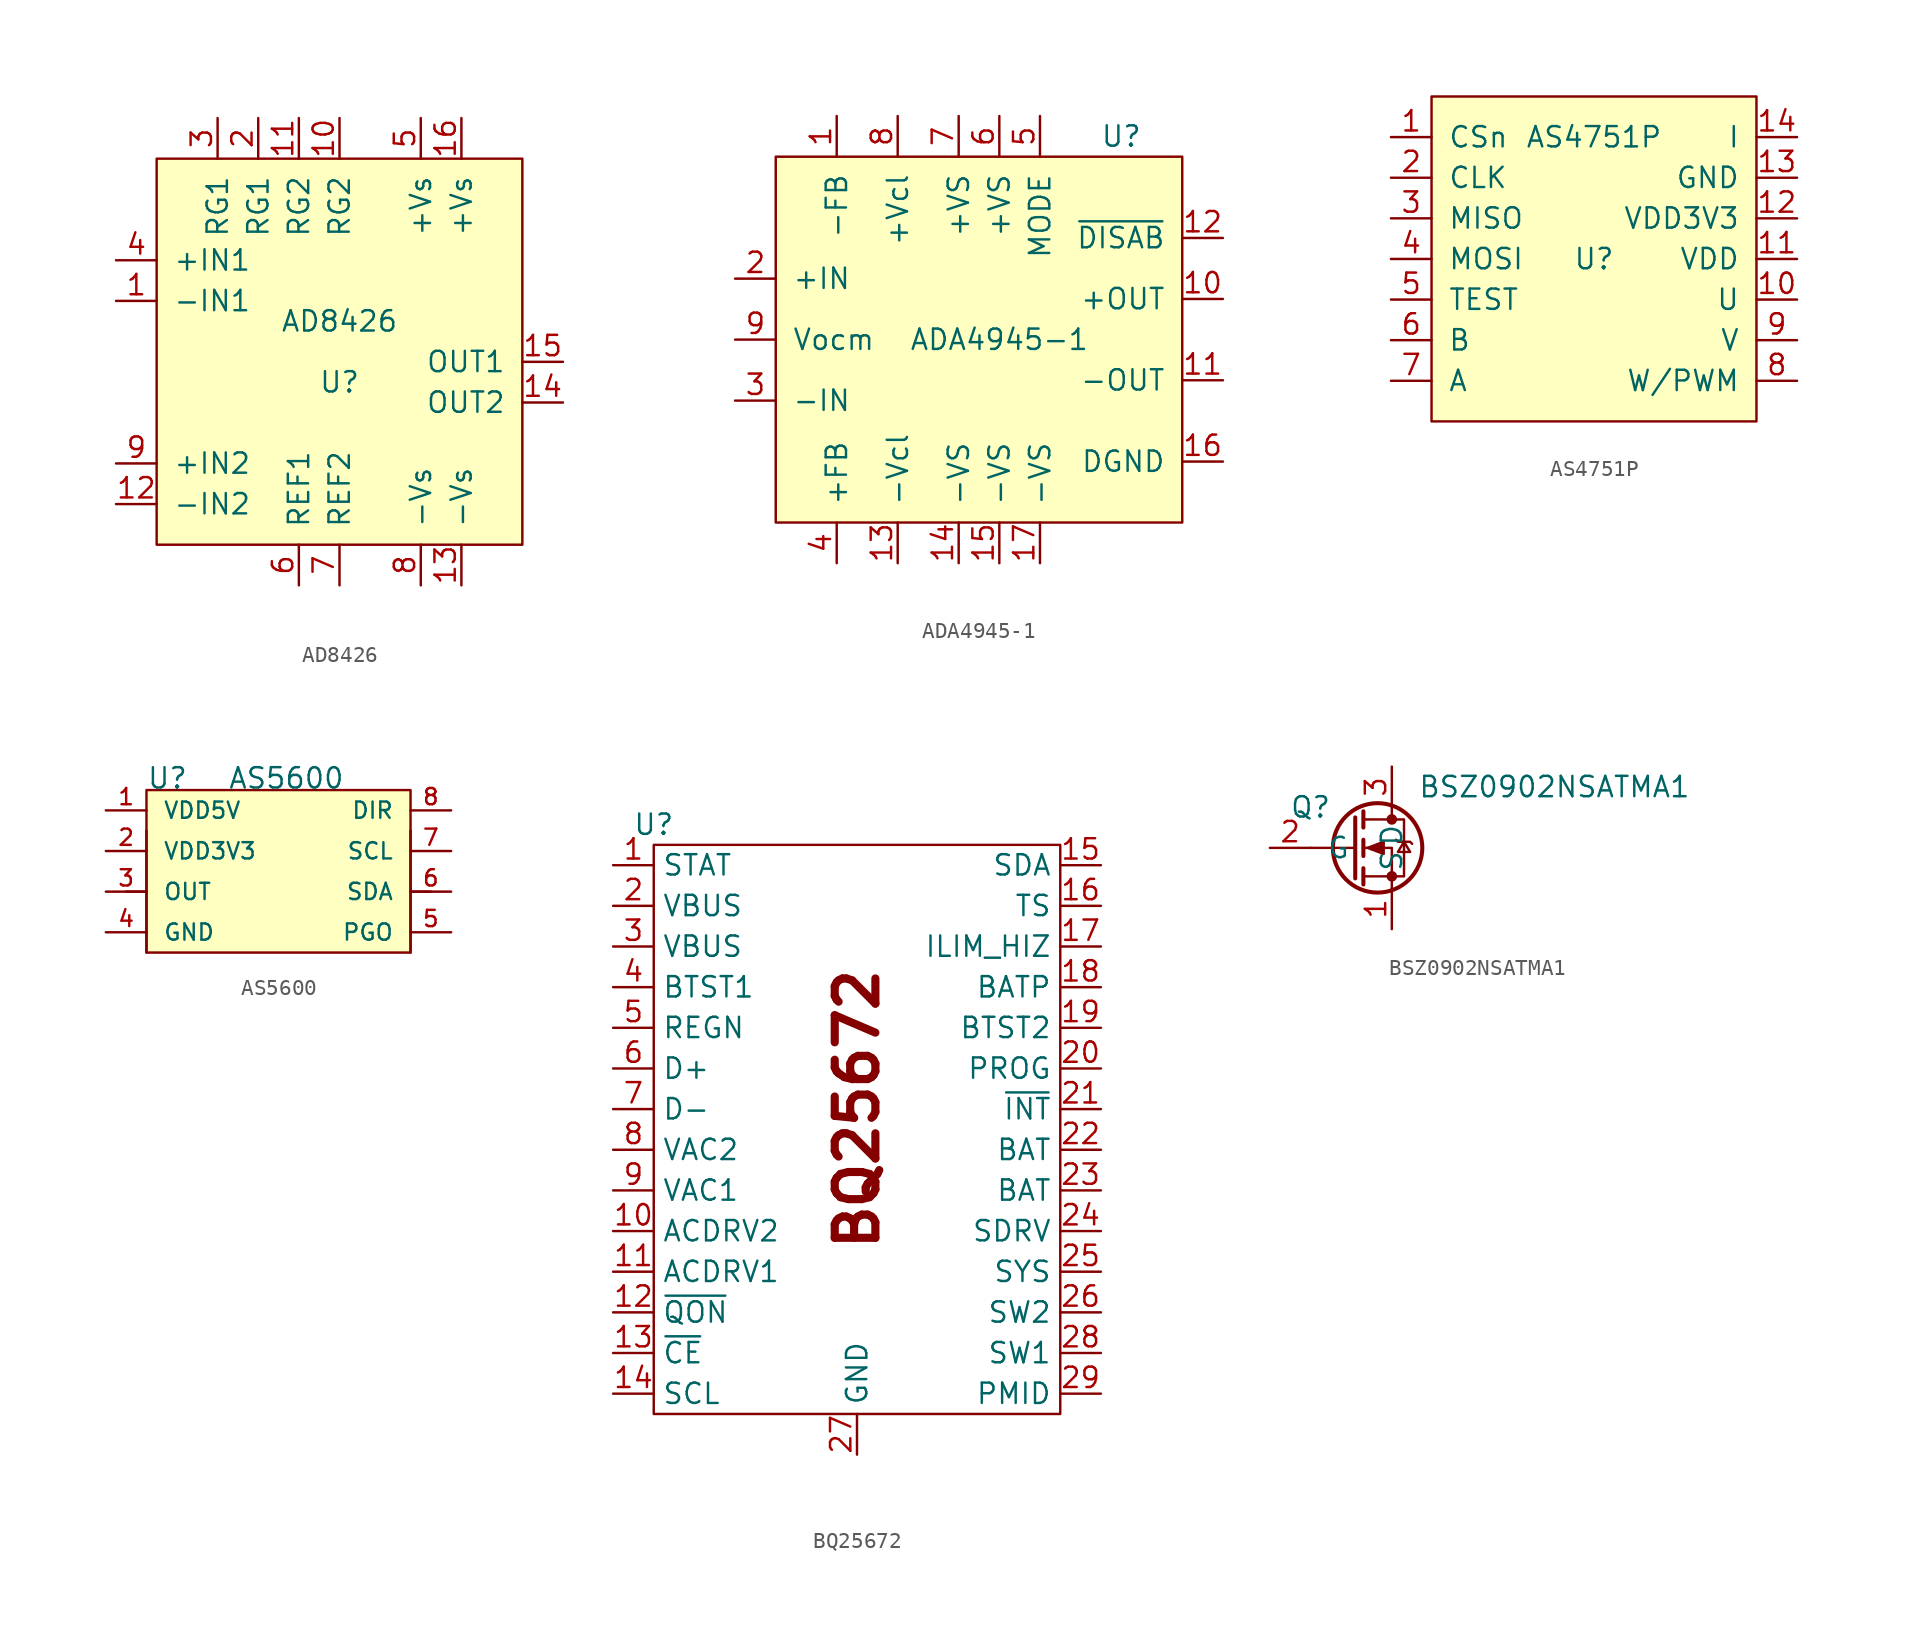
<source format=kicad_sym>
(kicad_symbol_lib
  (version 20220914)
  (generator kicad_symbol_editor)
  (symbol "AD8426"
    (pin_names
      (offset 1.016))
    (property "Reference" "U"
      (at 0 0 0)
      (effects (font (size 1.27 1.27))))
    (property "Value" "AD8426"
      (at 0 3.81 0)
      (effects (font (size 1.27 1.27))))
    (symbol "AD8426_0_1"
      (rectangle (start 11.43 13.97) (end -11.43 -10.16) (stroke (width 0) (type default)) (fill (type background))))
    (symbol "AD8426_1_1"
      (pin input line (at -13.97 5.08 0) (length 2.54) (name "-IN1" (effects (font (size 1.27 1.27)))) (number "1" (effects (font (size 1.27 1.27)))))
      (pin input line (at 0 16.51 270) (length 2.54) (name "RG2" (effects (font (size 1.27 1.27)))) (number "10" (effects (font (size 1.27 1.27)))))
      (pin input line (at -2.54 16.51 270) (length 2.54) (name "RG2" (effects (font (size 1.27 1.27)))) (number "11" (effects (font (size 1.27 1.27)))))
      (pin input line (at -13.97 -7.62 0) (length 2.54) (name "-IN2" (effects (font (size 1.27 1.27)))) (number "12" (effects (font (size 1.27 1.27)))))
      (pin input line (at 7.62 -12.7 90) (length 2.54) (name "-Vs" (effects (font (size 1.27 1.27)))) (number "13" (effects (font (size 1.27 1.27)))))
      (pin input line (at 13.97 -1.27 180) (length 2.54) (name "OUT2" (effects (font (size 1.27 1.27)))) (number "14" (effects (font (size 1.27 1.27)))))
      (pin input line (at 13.97 1.27 180) (length 2.54) (name "OUT1" (effects (font (size 1.27 1.27)))) (number "15" (effects (font (size 1.27 1.27)))))
      (pin input line (at 7.62 16.51 270) (length 2.54) (name "+Vs" (effects (font (size 1.27 1.27)))) (number "16" (effects (font (size 1.27 1.27)))))
      (pin input line (at -5.08 16.51 270) (length 2.54) (name "RG1" (effects (font (size 1.27 1.27)))) (number "2" (effects (font (size 1.27 1.27)))))
      (pin input line (at -7.62 16.51 270) (length 2.54) (name "RG1" (effects (font (size 1.27 1.27)))) (number "3" (effects (font (size 1.27 1.27)))))
      (pin input line (at -13.97 7.62 0) (length 2.54) (name "+IN1" (effects (font (size 1.27 1.27)))) (number "4" (effects (font (size 1.27 1.27)))))
      (pin input line (at 5.08 16.51 270) (length 2.54) (name "+Vs" (effects (font (size 1.27 1.27)))) (number "5" (effects (font (size 1.27 1.27)))))
      (pin input line (at -2.54 -12.7 90) (length 2.54) (name "REF1" (effects (font (size 1.27 1.27)))) (number "6" (effects (font (size 1.27 1.27)))))
      (pin input line (at 0 -12.7 90) (length 2.54) (name "REF2" (effects (font (size 1.27 1.27)))) (number "7" (effects (font (size 1.27 1.27)))))
      (pin input line (at 5.08 -12.7 90) (length 2.54) (name "-Vs" (effects (font (size 1.27 1.27)))) (number "8" (effects (font (size 1.27 1.27)))))
      (pin input line (at -13.97 -5.08 0) (length 2.54) (name "+IN2" (effects (font (size 1.27 1.27)))) (number "9" (effects (font (size 1.27 1.27)))))))
  (symbol "ADA4945-1"
    (pin_names
      (offset 1.016))
    (property "Reference" "U"
      (at 8.89 12.7 0)
      (effects (font (size 1.27 1.27))))
    (property "Value" "ADA4945-1"
      (at 1.27 0 0)
      (effects (font (size 1.27 1.27))))
    (symbol "ADA4945-1_0_1"
      (rectangle (start 12.7 11.43) (end -12.7 -11.43) (stroke (width 0) (type default)) (fill (type background))))
    (symbol "ADA4945-1_1_1"
      (pin input line (at -8.89 13.97 270) (length 2.54) (name "-FB" (effects (font (size 1.27 1.27)))) (number "1" (effects (font (size 1.27 1.27)))))
      (pin input line (at 15.24 2.54 180) (length 2.54) (name "+OUT" (effects (font (size 1.27 1.27)))) (number "10" (effects (font (size 1.27 1.27)))))
      (pin input line (at 15.24 -2.54 180) (length 2.54) (name "-OUT" (effects (font (size 1.27 1.27)))) (number "11" (effects (font (size 1.27 1.27)))))
      (pin input line (at 15.24 6.35 180) (length 2.54) (name "~{DISAB}" (effects (font (size 1.27 1.27)))) (number "12" (effects (font (size 1.27 1.27)))))
      (pin input line (at -5.08 -13.97 90) (length 2.54) (name "-Vcl" (effects (font (size 1.27 1.27)))) (number "13" (effects (font (size 1.27 1.27)))))
      (pin input line (at -1.27 -13.97 90) (length 2.54) (name "-VS" (effects (font (size 1.27 1.27)))) (number "14" (effects (font (size 1.27 1.27)))))
      (pin input line (at 1.27 -13.97 90) (length 2.54) (name "-VS" (effects (font (size 1.27 1.27)))) (number "15" (effects (font (size 1.27 1.27)))))
      (pin input line (at 15.24 -7.62 180) (length 2.54) (name "DGND" (effects (font (size 1.27 1.27)))) (number "16" (effects (font (size 1.27 1.27)))))
      (pin input line (at 3.81 -13.97 90) (length 2.54) (name "-VS" (effects (font (size 1.27 1.27)))) (number "17" (effects (font (size 1.27 1.27)))))
      (pin input line (at -15.24 3.81 0) (length 2.54) (name "+IN" (effects (font (size 1.27 1.27)))) (number "2" (effects (font (size 1.27 1.27)))))
      (pin input line (at -15.24 -3.81 0) (length 2.54) (name "-IN" (effects (font (size 1.27 1.27)))) (number "3" (effects (font (size 1.27 1.27)))))
      (pin input line (at -8.89 -13.97 90) (length 2.54) (name "+FB" (effects (font (size 1.27 1.27)))) (number "4" (effects (font (size 1.27 1.27)))))
      (pin input line (at 3.81 13.97 270) (length 2.54) (name "MODE" (effects (font (size 1.27 1.27)))) (number "5" (effects (font (size 1.27 1.27)))))
      (pin input line (at 1.27 13.97 270) (length 2.54) (name "+VS" (effects (font (size 1.27 1.27)))) (number "6" (effects (font (size 1.27 1.27)))))
      (pin input line (at -1.27 13.97 270) (length 2.54) (name "+VS" (effects (font (size 1.27 1.27)))) (number "7" (effects (font (size 1.27 1.27)))))
      (pin input line (at -5.08 13.97 270) (length 2.54) (name "+Vcl" (effects (font (size 1.27 1.27)))) (number "8" (effects (font (size 1.27 1.27)))))
      (pin input line (at -15.24 0 0) (length 2.54) (name "Vocm" (effects (font (size 1.27 1.27)))) (number "9" (effects (font (size 1.27 1.27)))))))
  (symbol "AS4751P"
    (pin_names
      (offset 1.016))
    (property "Reference" "U"
      (at 0 0 0)
      (effects (font (size 1.27 1.27))))
    (property "Value" "AS4751P"
      (at 0 7.62 0)
      (effects (font (size 1.27 1.27))))
    (symbol "AS4751P_0_1"
      (rectangle (start 10.16 10.16) (end -10.16 -10.16) (stroke (width 0) (type default)) (fill (type background))))
    (symbol "AS4751P_1_1"
      (pin input line (at -12.7 7.62 0) (length 2.54) (name "CSn" (effects (font (size 1.27 1.27)))) (number "1" (effects (font (size 1.27 1.27)))))
      (pin output line (at 12.7 -2.54 180) (length 2.54) (name "U" (effects (font (size 1.27 1.27)))) (number "10" (effects (font (size 1.27 1.27)))))
      (pin power_in line (at 12.7 0 180) (length 2.54) (name "VDD" (effects (font (size 1.27 1.27)))) (number "11" (effects (font (size 1.27 1.27)))))
      (pin power_in line (at 12.7 2.54 180) (length 2.54) (name "VDD3V3" (effects (font (size 1.27 1.27)))) (number "12" (effects (font (size 1.27 1.27)))))
      (pin power_in line (at 12.7 5.08 180) (length 2.54) (name "GND" (effects (font (size 1.27 1.27)))) (number "13" (effects (font (size 1.27 1.27)))))
      (pin output line (at 12.7 7.62 180) (length 2.54) (name "I" (effects (font (size 1.27 1.27)))) (number "14" (effects (font (size 1.27 1.27)))))
      (pin input line (at -12.7 5.08 0) (length 2.54) (name "CLK" (effects (font (size 1.27 1.27)))) (number "2" (effects (font (size 1.27 1.27)))))
      (pin input line (at -12.7 2.54 0) (length 2.54) (name "MISO" (effects (font (size 1.27 1.27)))) (number "3" (effects (font (size 1.27 1.27)))))
      (pin input line (at -12.7 0 0) (length 2.54) (name "MOSI" (effects (font (size 1.27 1.27)))) (number "4" (effects (font (size 1.27 1.27)))))
      (pin input line (at -12.7 -2.54 0) (length 2.54) (name "TEST" (effects (font (size 1.27 1.27)))) (number "5" (effects (font (size 1.27 1.27)))))
      (pin output line (at -12.7 -5.08 0) (length 2.54) (name "B" (effects (font (size 1.27 1.27)))) (number "6" (effects (font (size 1.27 1.27)))))
      (pin output line (at -12.7 -7.62 0) (length 2.54) (name "A" (effects (font (size 1.27 1.27)))) (number "7" (effects (font (size 1.27 1.27)))))
      (pin output line (at 12.7 -7.62 180) (length 2.54) (name "W/PWM" (effects (font (size 1.27 1.27)))) (number "8" (effects (font (size 1.27 1.27)))))
      (pin output line (at 12.7 -5.08 180) (length 2.54) (name "V" (effects (font (size 1.27 1.27)))) (number "9" (effects (font (size 1.27 1.27)))))))
  (symbol "AS5600"
    (pin_names
      (offset 1.016))
    (property "Reference" "U"
      (at -7.62 5.08 0)
      (effects (font (size 1.27 1.27)) (justify left bottom)))
    (property "Value" "AS5600"
      (at -2.54 5.08 0)
      (effects (font (size 1.27 1.27)) (justify left bottom)))
    (symbol "AS5600_0_0"
      (polyline (pts (xy -7.62 -5.08) (xy -7.62 -1.27)) (stroke (width 0.152) (type default)) (fill (type none)))
      (polyline (pts (xy -7.62 -1.27) (xy -8.89 -1.27)) (stroke (width 0.152) (type default)) (fill (type none)))
      (polyline (pts (xy -7.62 -1.27) (xy -7.62 2.54)) (stroke (width 0.152) (type default)) (fill (type none)))
      (polyline (pts (xy 8.89 -1.27) (xy 8.89 -5.08)) (stroke (width 0.152) (type default)) (fill (type none)))
      (polyline (pts (xy 8.89 2.54) (xy 8.89 -1.27)) (stroke (width 0.152) (type default)) (fill (type none)))
      (polyline (pts (xy 10.16 -1.27) (xy 8.89 -1.27)) (stroke (width 0.152) (type default)) (fill (type none)))
      (pin bidirectional line (at -10.16 3.81 0) (length 2.54) (name "VDD5V" (effects (font (size 1.016 1.016)))) (number "1" (effects (font (size 1.016 1.016)))))
      (pin bidirectional line (at -10.16 1.27 0) (length 2.54) (name "VDD3V3" (effects (font (size 1.016 1.016)))) (number "2" (effects (font (size 1.016 1.016)))))
      (pin bidirectional line (at -10.16 -1.27 0) (length 2.54) (name "OUT" (effects (font (size 1.016 1.016)))) (number "3" (effects (font (size 1.016 1.016)))))
      (pin bidirectional line (at -10.16 -3.81 0) (length 2.54) (name "GND" (effects (font (size 1.016 1.016)))) (number "4" (effects (font (size 1.016 1.016)))))
      (pin bidirectional line (at 11.43 -3.81 180) (length 2.54) (name "PGO" (effects (font (size 1.016 1.016)))) (number "5" (effects (font (size 1.016 1.016)))))
      (pin bidirectional line (at 11.43 -1.27 180) (length 2.54) (name "SDA" (effects (font (size 1.016 1.016)))) (number "6" (effects (font (size 1.016 1.016)))))
      (pin bidirectional line (at 11.43 1.27 180) (length 2.54) (name "SCL" (effects (font (size 1.016 1.016)))) (number "7" (effects (font (size 1.016 1.016)))))
      (pin bidirectional line (at 11.43 3.81 180) (length 2.54) (name "DIR" (effects (font (size 1.016 1.016)))) (number "8" (effects (font (size 1.016 1.016))))))
    (symbol "AS5600_1_0"
      (rectangle (start -7.62 5.08) (end 8.89 -5.08) (stroke (width 0) (type default)) (fill (type background)))))
  (symbol "BQ25672"
    (property "Reference" "U"
      (at 0 0 0)
      (effects (font (size 1.27 1.27))))
    (property "Value" ""
      (at 0 0 0)
      (effects (font (size 1.27 1.27))))
    (symbol "BQ25672_0_1"
      (rectangle (start 0 -1.27) (end 25.4 -36.83) (stroke (width 0) (type default)) (fill (type none))))
    (symbol "BQ25672_1_1"
      (text "BQ25672" (at 12.7 -17.78 900) (effects (font (size 2.54 2.54) bold)))
      (pin output line (at -2.54 -2.54 0) (length 2.54) (name "STAT" (effects (font (size 1.27 1.27)))) (number "1" (effects (font (size 1.27 1.27)))))
      (pin power_in line (at -2.54 -25.4 0) (length 2.54) (name "ACDRV2" (effects (font (size 1.27 1.27)))) (number "10" (effects (font (size 1.27 1.27)))))
      (pin power_in line (at -2.54 -27.94 0) (length 2.54) (name "ACDRV1" (effects (font (size 1.27 1.27)))) (number "11" (effects (font (size 1.27 1.27)))))
      (pin input line (at -2.54 -30.48 0) (length 2.54) (name "~{QON}" (effects (font (size 1.27 1.27)))) (number "12" (effects (font (size 1.27 1.27)))))
      (pin input line (at -2.54 -33.02 0) (length 2.54) (name "~{CE}" (effects (font (size 1.27 1.27)))) (number "13" (effects (font (size 1.27 1.27)))))
      (pin input line (at -2.54 -35.56 0) (length 2.54) (name "SCL" (effects (font (size 1.27 1.27)))) (number "14" (effects (font (size 1.27 1.27)))))
      (pin bidirectional line (at 27.94 -2.54 180) (length 2.54) (name "SDA" (effects (font (size 1.27 1.27)))) (number "15" (effects (font (size 1.27 1.27)))))
      (pin input line (at 27.94 -5.08 180) (length 2.54) (name "TS" (effects (font (size 1.27 1.27)))) (number "16" (effects (font (size 1.27 1.27)))))
      (pin input line (at 27.94 -7.62 180) (length 2.54) (name "ILIM_HIZ" (effects (font (size 1.27 1.27)))) (number "17" (effects (font (size 1.27 1.27)))))
      (pin power_in line (at 27.94 -10.16 180) (length 2.54) (name "BATP" (effects (font (size 1.27 1.27)))) (number "18" (effects (font (size 1.27 1.27)))))
      (pin power_in line (at 27.94 -12.7 180) (length 2.54) (name "BTST2" (effects (font (size 1.27 1.27)))) (number "19" (effects (font (size 1.27 1.27)))))
      (pin power_in line (at -2.54 -5.08 0) (length 2.54) (name "VBUS" (effects (font (size 1.27 1.27)))) (number "2" (effects (font (size 1.27 1.27)))))
      (pin input line (at 27.94 -15.24 180) (length 2.54) (name "PROG" (effects (font (size 1.27 1.27)))) (number "20" (effects (font (size 1.27 1.27)))))
      (pin output line (at 27.94 -17.78 180) (length 2.54) (name "~{INT}" (effects (font (size 1.27 1.27)))) (number "21" (effects (font (size 1.27 1.27)))))
      (pin power_in line (at 27.94 -20.32 180) (length 2.54) (name "BAT" (effects (font (size 1.27 1.27)))) (number "22" (effects (font (size 1.27 1.27)))))
      (pin power_in line (at 27.94 -22.86 180) (length 2.54) (name "BAT" (effects (font (size 1.27 1.27)))) (number "23" (effects (font (size 1.27 1.27)))))
      (pin power_in line (at 27.94 -25.4 180) (length 2.54) (name "SDRV" (effects (font (size 1.27 1.27)))) (number "24" (effects (font (size 1.27 1.27)))))
      (pin output line (at 27.94 -27.94 180) (length 2.54) (name "SYS" (effects (font (size 1.27 1.27)))) (number "25" (effects (font (size 1.27 1.27)))))
      (pin output line (at 27.94 -30.48 180) (length 2.54) (name "SW2" (effects (font (size 1.27 1.27)))) (number "26" (effects (font (size 1.27 1.27)))))
      (pin power_in line (at 12.7 -39.37 90) (length 2.54) (name "GND" (effects (font (size 1.27 1.27)))) (number "27" (effects (font (size 1.27 1.27)))))
      (pin output line (at 27.94 -33.02 180) (length 2.54) (name "SW1" (effects (font (size 1.27 1.27)))) (number "28" (effects (font (size 1.27 1.27)))))
      (pin output line (at 27.94 -35.56 180) (length 2.54) (name "PMID" (effects (font (size 1.27 1.27)))) (number "29" (effects (font (size 1.27 1.27)))))
      (pin power_in line (at -2.54 -7.62 0) (length 2.54) (name "VBUS" (effects (font (size 1.27 1.27)))) (number "3" (effects (font (size 1.27 1.27)))))
      (pin power_in line (at -2.54 -10.16 0) (length 2.54) (name "BTST1" (effects (font (size 1.27 1.27)))) (number "4" (effects (font (size 1.27 1.27)))))
      (pin power_in line (at -2.54 -12.7 0) (length 2.54) (name "REGN" (effects (font (size 1.27 1.27)))) (number "5" (effects (font (size 1.27 1.27)))))
      (pin bidirectional line (at -2.54 -15.24 0) (length 2.54) (name "D+" (effects (font (size 1.27 1.27)))) (number "6" (effects (font (size 1.27 1.27)))))
      (pin bidirectional line (at -2.54 -17.78 0) (length 2.54) (name "D-" (effects (font (size 1.27 1.27)))) (number "7" (effects (font (size 1.27 1.27)))))
      (pin power_in line (at -2.54 -20.32 0) (length 2.54) (name "VAC2" (effects (font (size 1.27 1.27)))) (number "8" (effects (font (size 1.27 1.27)))))
      (pin power_in line (at -2.54 -22.86 0) (length 2.54) (name "VAC1" (effects (font (size 1.27 1.27)))) (number "9" (effects (font (size 1.27 1.27)))))))
  (symbol "BSZ0902NSATMA1"
    (pin_names
      (offset 1.016))
    (property "Reference" "Q"
      (at -3.81 2.54 0)
      (effects (font (size 1.27 1.27))))
    (property "Value" "BSZ0902NSATMA1"
      (at 11.43 3.81 0)
      (effects (font (size 1.27 1.27))))
    (symbol "BSZ0902NSATMA1_1_1"
      (polyline (pts (xy -1.016 0) (xy -3.81 0)) (stroke (width 0) (type default)) (fill (type none)))
      (polyline (pts (xy -1.016 1.905) (xy -1.016 -1.905)) (stroke (width 0.254) (type default)) (fill (type none)))
      (polyline (pts (xy -0.508 -1.27) (xy -0.508 -2.286)) (stroke (width 0.254) (type default)) (fill (type none)))
      (polyline (pts (xy -0.508 0.508) (xy -0.508 -0.508)) (stroke (width 0.254) (type default)) (fill (type none)))
      (polyline (pts (xy -0.508 2.286) (xy -0.508 1.27)) (stroke (width 0.254) (type default)) (fill (type none)))
      (polyline (pts (xy 1.27 2.54) (xy 1.27 1.778)) (stroke (width 0) (type default)) (fill (type none)))
      (polyline (pts (xy 1.27 -2.54) (xy 1.27 0) (xy -0.508 0)) (stroke (width 0) (type default)) (fill (type none)))
      (polyline (pts (xy -0.508 -1.778) (xy 2.032 -1.778) (xy 2.032 1.778) (xy -0.508 1.778)) (stroke (width 0) (type default)) (fill (type none)))
      (polyline (pts (xy -0.254 0) (xy 0.762 0.381) (xy 0.762 -0.381) (xy -0.254 0)) (stroke (width 0) (type default)) (fill (type outline)))
      (polyline (pts (xy 1.524 0.508) (xy 1.651 0.381) (xy 2.413 0.381) (xy 2.54 0.254)) (stroke (width 0) (type default)) (fill (type none)))
      (polyline (pts (xy 2.032 0.381) (xy 1.651 -0.254) (xy 2.413 -0.254) (xy 2.032 0.381)) (stroke (width 0) (type default)) (fill (type none)))
      (circle (center 0.381 0) (radius 2.794) (stroke (width 0.254) (type default)) (fill (type none)))
      (circle (center 1.27 -1.778) (radius 0.254) (stroke (width 0) (type default)) (fill (type outline)))
      (circle (center 1.27 1.778) (radius 0.254) (stroke (width 0) (type default)) (fill (type outline)))
      (pin passive line (at 1.27 -5.08 90) (length 2.54) (name "S" (effects (font (size 1.27 1.27)))) (number "1" (effects (font (size 1.27 1.27)))))
      (pin input line (at -6.35 0 0) (length 2.54) (name "G" (effects (font (size 1.27 1.27)))) (number "2" (effects (font (size 1.27 1.27)))))
      (pin passive line (at 1.27 5.08 270) (length 2.54) (name "D" (effects (font (size 1.27 1.27)))) (number "3" (effects (font (size 1.27 1.27))))))))
</source>
